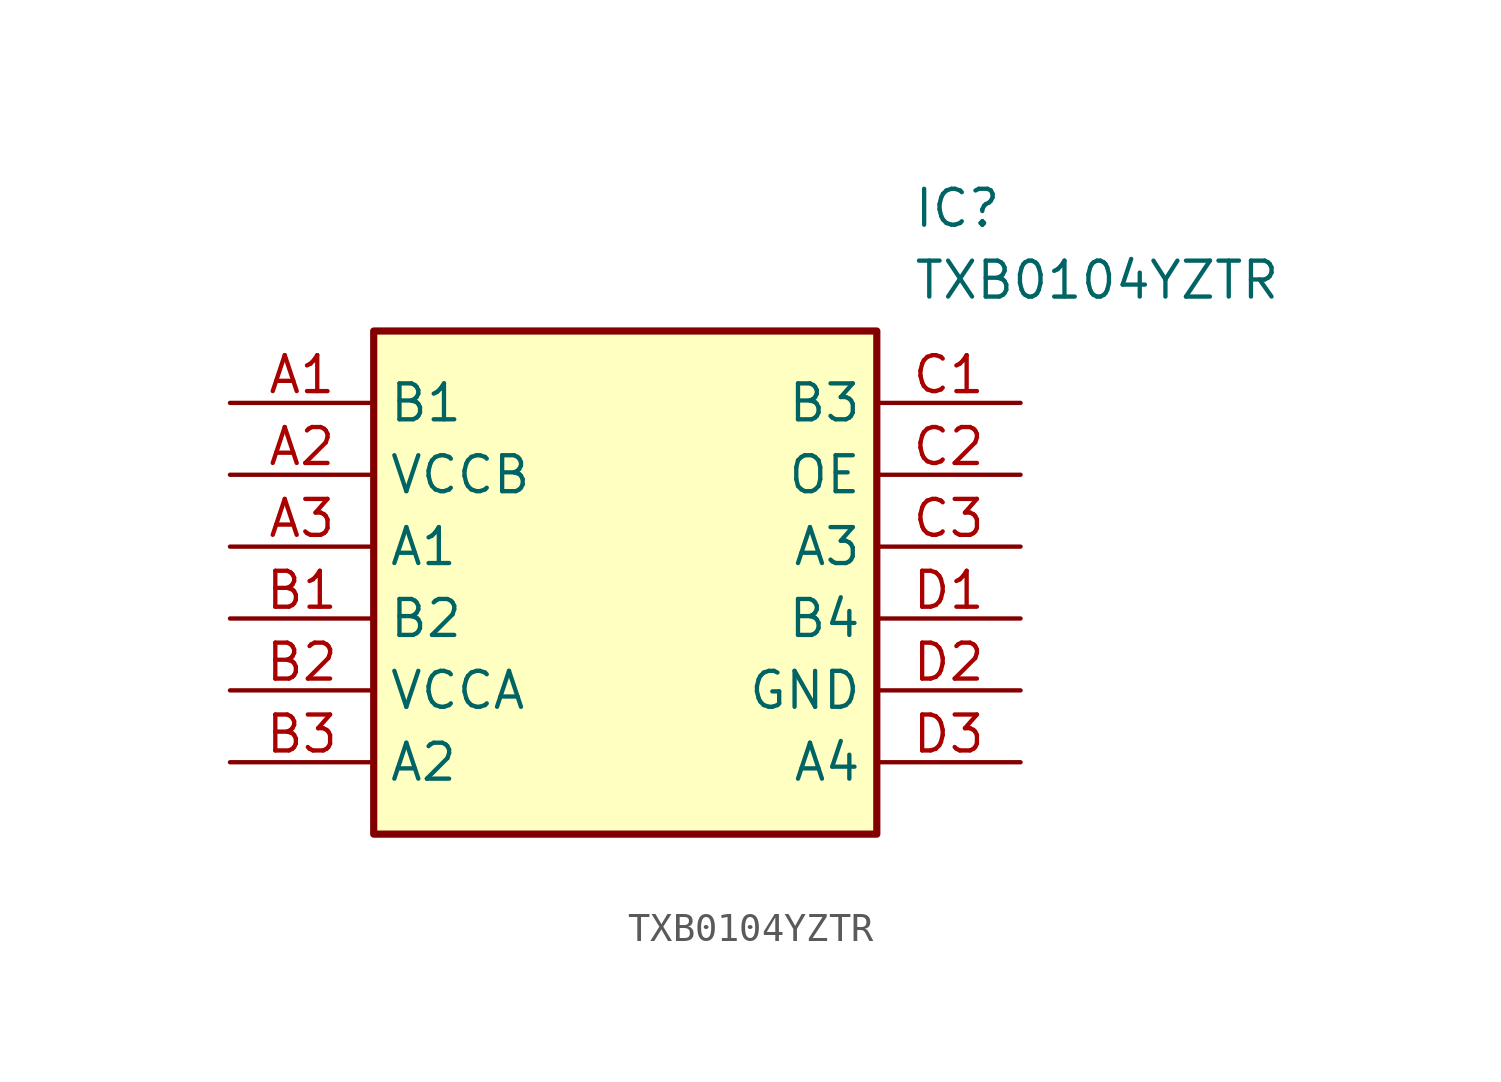
<source format=kicad_sym>
(kicad_symbol_lib
  (version 20211014)
  (generator SamacSys_ECAD_Model)
  (symbol "TXB0104YZTR"
    (property "Reference" "IC"
      (at 24.13 7.62 0)
      (effects (font (size 1.27 1.27)) (justify left top)))
    (property "Value" "TXB0104YZTR"
      (at 24.13 5.08 0)
      (effects (font (size 1.27 1.27)) (justify left top)))
    (rectangle
      (start 5.08 2.54)
      (end 22.86 -15.24)
      (stroke (width 0.254) (type default))
      (fill (type background)))
    (pin passive line
      (at 0 0 0)
      (length 5.08)
      (name "B1" (effects (font (size 1.27 1.27))))
      (number "A1" (effects (font (size 1.27 1.27)))))
    (pin passive line
      (at 0 -2.54 0)
      (length 5.08)
      (name "VCCB" (effects (font (size 1.27 1.27))))
      (number "A2" (effects (font (size 1.27 1.27)))))
    (pin passive line
      (at 0 -5.08 0)
      (length 5.08)
      (name "A1" (effects (font (size 1.27 1.27))))
      (number "A3" (effects (font (size 1.27 1.27)))))
    (pin passive line
      (at 0 -7.62 0)
      (length 5.08)
      (name "B2" (effects (font (size 1.27 1.27))))
      (number "B1" (effects (font (size 1.27 1.27)))))
    (pin passive line
      (at 0 -10.16 0)
      (length 5.08)
      (name "VCCA" (effects (font (size 1.27 1.27))))
      (number "B2" (effects (font (size 1.27 1.27)))))
    (pin passive line
      (at 0 -12.7 0)
      (length 5.08)
      (name "A2" (effects (font (size 1.27 1.27))))
      (number "B3" (effects (font (size 1.27 1.27)))))
    (pin passive line
      (at 27.94 0 180)
      (length 5.08)
      (name "B3" (effects (font (size 1.27 1.27))))
      (number "C1" (effects (font (size 1.27 1.27)))))
    (pin passive line
      (at 27.94 -2.54 180)
      (length 5.08)
      (name "OE" (effects (font (size 1.27 1.27))))
      (number "C2" (effects (font (size 1.27 1.27)))))
    (pin passive line
      (at 27.94 -5.08 180)
      (length 5.08)
      (name "A3" (effects (font (size 1.27 1.27))))
      (number "C3" (effects (font (size 1.27 1.27)))))
    (pin passive line
      (at 27.94 -7.62 180)
      (length 5.08)
      (name "B4" (effects (font (size 1.27 1.27))))
      (number "D1" (effects (font (size 1.27 1.27)))))
    (pin passive line
      (at 27.94 -10.16 180)
      (length 5.08)
      (name "GND" (effects (font (size 1.27 1.27))))
      (number "D2" (effects (font (size 1.27 1.27)))))
    (pin passive line
      (at 27.94 -12.7 180)
      (length 5.08)
      (name "A4" (effects (font (size 1.27 1.27))))
      (number "D3" (effects (font (size 1.27 1.27)))))))
</source>
